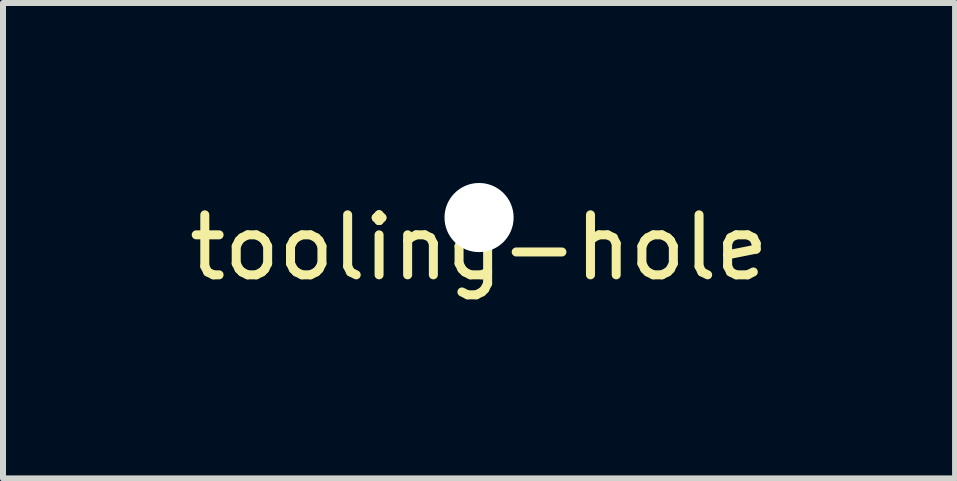
<source format=kicad_pcb>
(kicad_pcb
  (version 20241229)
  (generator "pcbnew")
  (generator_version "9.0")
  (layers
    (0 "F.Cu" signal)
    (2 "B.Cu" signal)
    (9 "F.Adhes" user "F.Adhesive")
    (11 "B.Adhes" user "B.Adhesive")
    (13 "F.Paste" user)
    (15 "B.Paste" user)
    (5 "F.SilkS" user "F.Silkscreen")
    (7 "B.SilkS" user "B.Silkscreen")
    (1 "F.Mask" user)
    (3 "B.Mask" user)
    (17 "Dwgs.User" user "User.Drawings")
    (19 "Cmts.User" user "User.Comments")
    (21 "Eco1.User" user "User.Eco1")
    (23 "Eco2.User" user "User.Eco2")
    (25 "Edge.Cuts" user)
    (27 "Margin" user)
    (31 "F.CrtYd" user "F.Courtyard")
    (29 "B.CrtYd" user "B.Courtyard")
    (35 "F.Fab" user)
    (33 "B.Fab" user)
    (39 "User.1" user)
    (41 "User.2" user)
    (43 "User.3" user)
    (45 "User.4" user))
  (footprint "tooling-hole"
    (layer "F.Cu")
    (at 4.935 0.576)
    (property "Reference" "tooling-hole" (at 0 0.5 0) (layer "F.SilkS") (effects (font (size 1 1) (thickness 0.15))))
    (attr through_hole)
    (pad "" np_thru_hole circle (at 0 0) (size 1.152 1.152) (drill 1.152) (layers "*.Cu" "*.Mask")))
  (gr_rect
    (start -3 -3)
    (end 12.869 4.924)
    (stroke (width 0.1) (type default))
    (fill no)
    (layer "Edge.Cuts")))
</source>
